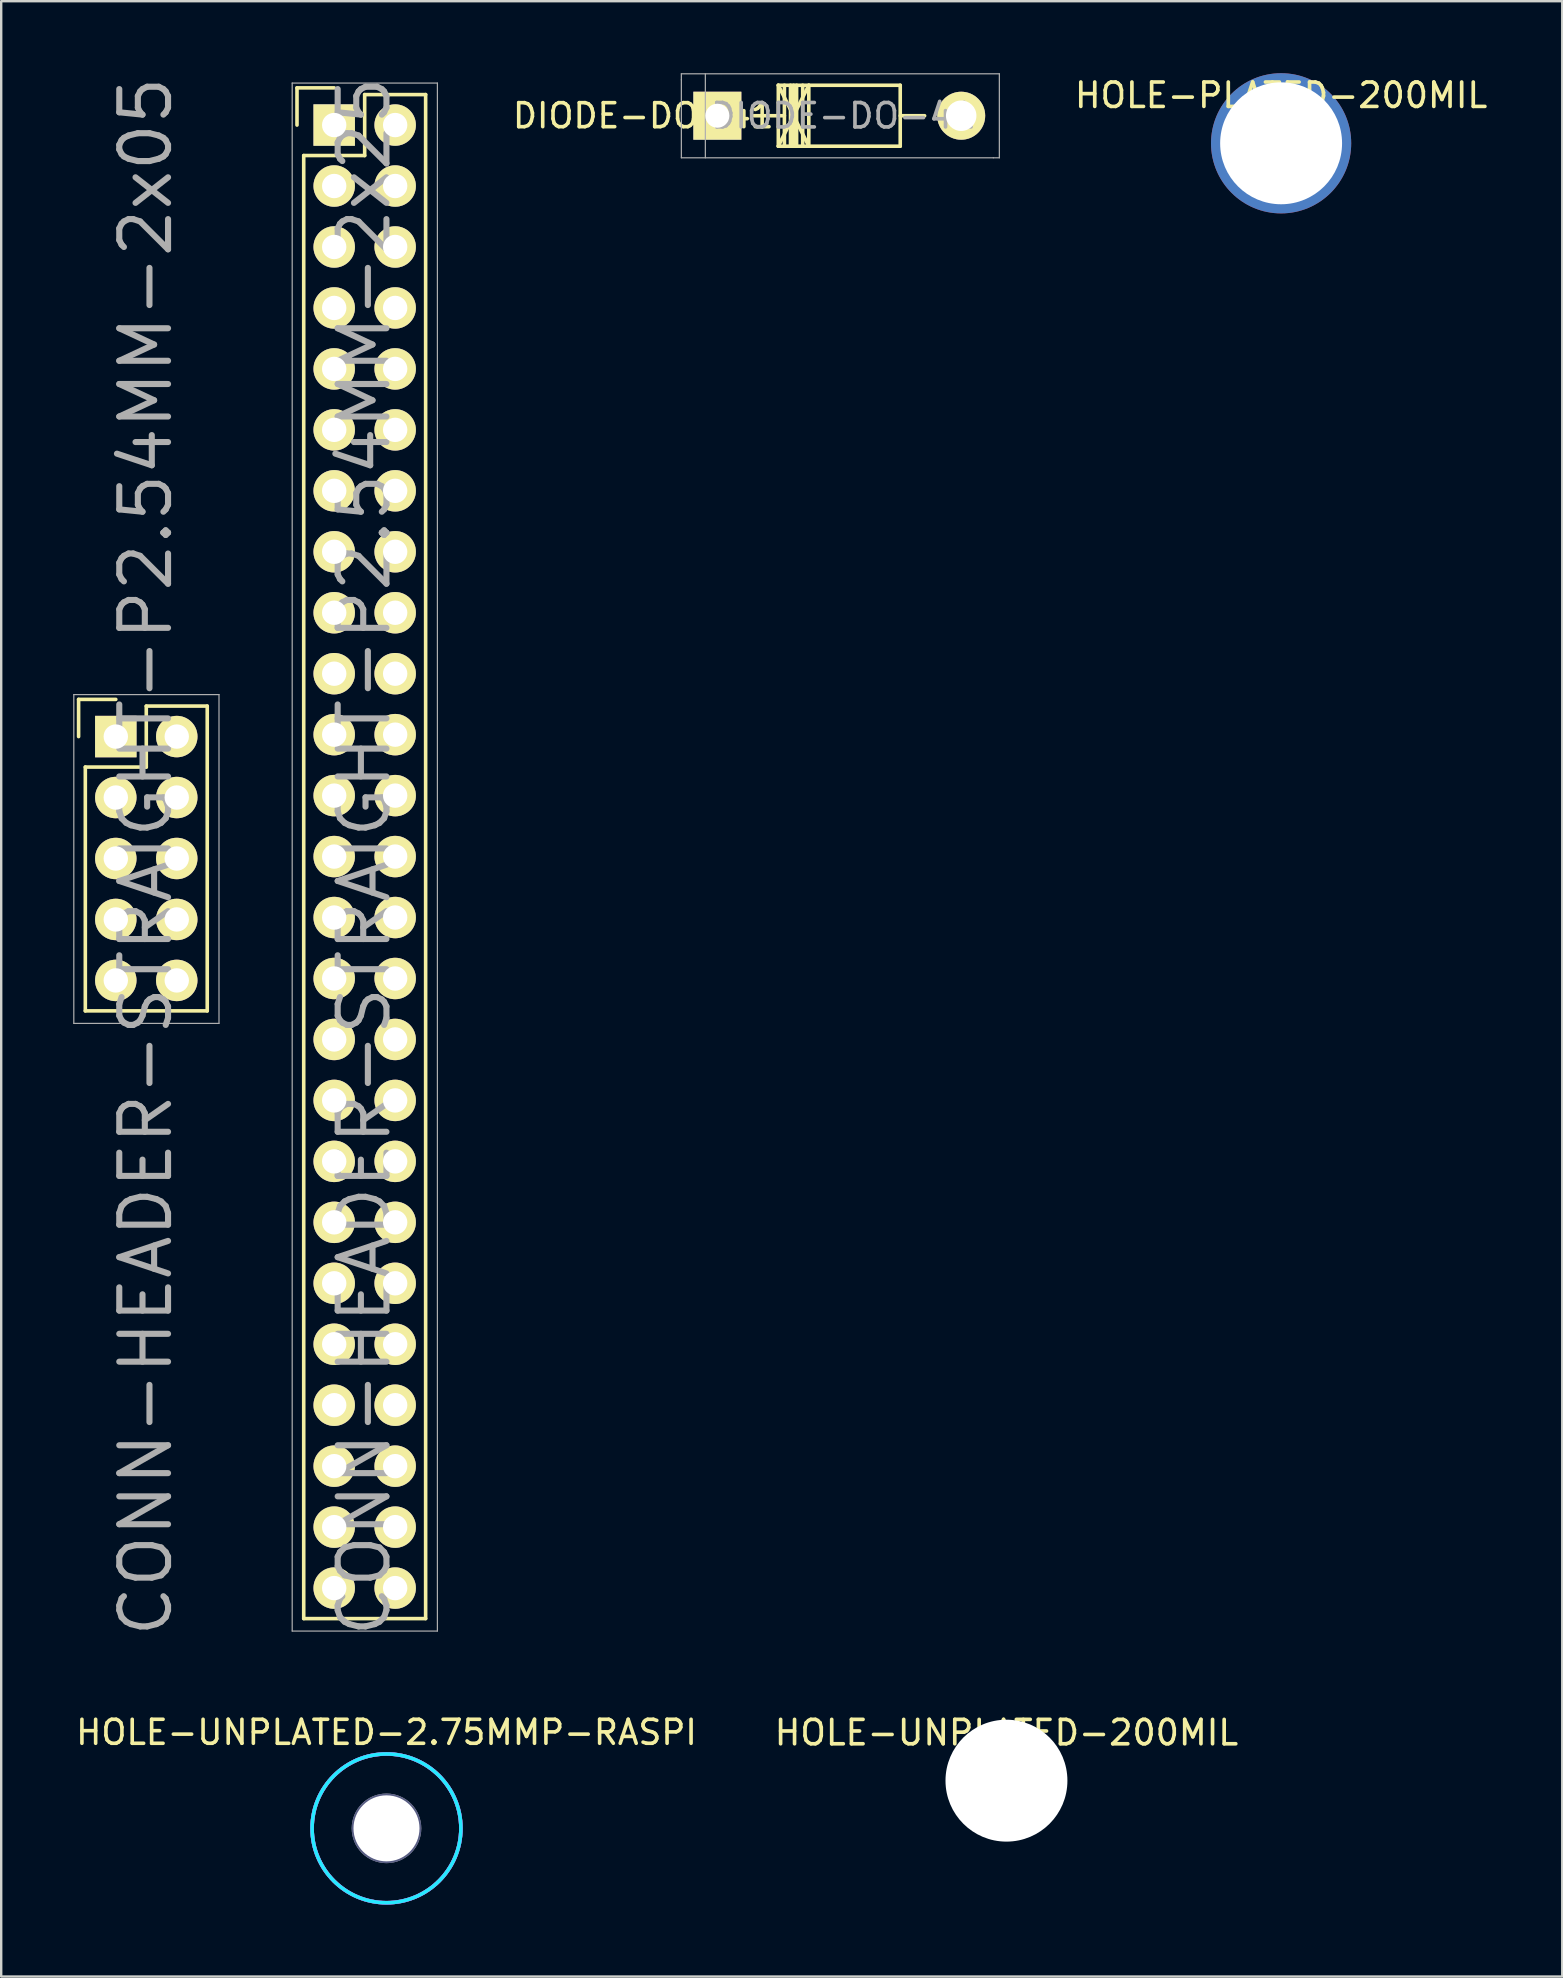
<source format=kicad_pcb>
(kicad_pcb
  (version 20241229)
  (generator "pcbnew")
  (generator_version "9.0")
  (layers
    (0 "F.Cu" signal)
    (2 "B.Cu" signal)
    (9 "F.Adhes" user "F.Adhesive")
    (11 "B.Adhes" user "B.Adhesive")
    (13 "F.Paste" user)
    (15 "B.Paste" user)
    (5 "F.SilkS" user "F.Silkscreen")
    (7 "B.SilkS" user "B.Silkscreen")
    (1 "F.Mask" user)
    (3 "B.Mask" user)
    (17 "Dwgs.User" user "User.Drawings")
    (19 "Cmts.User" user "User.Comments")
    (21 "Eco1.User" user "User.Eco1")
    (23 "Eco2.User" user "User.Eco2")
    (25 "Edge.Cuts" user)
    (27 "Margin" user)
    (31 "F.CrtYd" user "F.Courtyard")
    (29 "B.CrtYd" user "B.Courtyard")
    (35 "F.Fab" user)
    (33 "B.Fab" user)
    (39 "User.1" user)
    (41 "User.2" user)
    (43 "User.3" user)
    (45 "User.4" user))
  (footprint "CONN-HEADER-STRAIGHT-P2.54MM-2x25"
    (layer "F.Cu")
    (at 10.875 2.161)
    (property "Reference" "CONN-HEADER-STRAIGHT-P2.54MM-2x25" (at 1.25 30.48 90) (layer "F.Fab") (effects (font (size 2.032 2.032) (thickness 0.254))))
    (attr through_hole)
    (fp_line (start -1.55 -1.55) (end -1.55 0) (stroke (width 0.15) (type solid)) (layer "F.SilkS"))
    (fp_line (start -1.27 1.27) (end -1.27 62.23) (stroke (width 0.15) (type solid)) (layer "F.SilkS"))
    (fp_line (start 0 -1.55) (end -1.55 -1.55) (stroke (width 0.15) (type solid)) (layer "F.SilkS"))
    (fp_line (start 1.27 -1.27) (end 1.27 1.27) (stroke (width 0.15) (type solid)) (layer "F.SilkS"))
    (fp_line (start 1.27 1.27) (end -1.27 1.27) (stroke (width 0.15) (type solid)) (layer "F.SilkS"))
    (fp_line (start 3.81 -1.27) (end 1.27 -1.27) (stroke (width 0.15) (type solid)) (layer "F.SilkS"))
    (fp_line (start 3.81 62.23) (end -1.27 62.23) (stroke (width 0.15) (type solid)) (layer "F.SilkS"))
    (fp_line (start 3.81 62.23) (end 3.81 -1.27) (stroke (width 0.15) (type solid)) (layer "F.SilkS"))
    (fp_line (start -1.75 -1.75) (end -1.75 62.75) (stroke (width 0.05) (type solid)) (layer "F.Fab"))
    (fp_line (start -1.75 -1.75) (end 4.3 -1.75) (stroke (width 0.05) (type solid)) (layer "F.Fab"))
    (fp_line (start -1.75 62.75) (end 4.3 62.75) (stroke (width 0.05) (type solid)) (layer "F.Fab"))
    (fp_line (start 4.3 -1.75) (end 4.3 62.75) (stroke (width 0.05) (type solid)) (layer "F.Fab"))
    (pad "1" thru_hole rect (at 0 0) (size 1.727 1.727) (drill 1.016) (layers "*.Cu" "*.Mask" "F.SilkS"))
    (pad "2" thru_hole oval (at 2.54 0) (size 1.727 1.727) (drill 1.016) (layers "*.Cu" "*.Mask" "F.SilkS"))
    (pad "3" thru_hole oval (at 0 2.54) (size 1.727 1.727) (drill 1.016) (layers "*.Cu" "*.Mask" "F.SilkS"))
    (pad "4" thru_hole oval (at 2.54 2.54) (size 1.727 1.727) (drill 1.016) (layers "*.Cu" "*.Mask" "F.SilkS"))
    (pad "5" thru_hole oval (at 0 5.08) (size 1.727 1.727) (drill 1.016) (layers "*.Cu" "*.Mask" "F.SilkS"))
    (pad "6" thru_hole oval (at 2.54 5.08) (size 1.727 1.727) (drill 1.016) (layers "*.Cu" "*.Mask" "F.SilkS"))
    (pad "7" thru_hole oval (at 0 7.62) (size 1.727 1.727) (drill 1.016) (layers "*.Cu" "*.Mask" "F.SilkS"))
    (pad "8" thru_hole oval (at 2.54 7.62) (size 1.727 1.727) (drill 1.016) (layers "*.Cu" "*.Mask" "F.SilkS"))
    (pad "9" thru_hole oval (at 0 10.16) (size 1.727 1.727) (drill 1.016) (layers "*.Cu" "*.Mask" "F.SilkS"))
    (pad "10" thru_hole oval (at 2.54 10.16) (size 1.727 1.727) (drill 1.016) (layers "*.Cu" "*.Mask" "F.SilkS"))
    (pad "11" thru_hole oval (at 0 12.7) (size 1.727 1.727) (drill 1.016) (layers "*.Cu" "*.Mask" "F.SilkS"))
    (pad "12" thru_hole oval (at 2.54 12.7) (size 1.727 1.727) (drill 1.016) (layers "*.Cu" "*.Mask" "F.SilkS"))
    (pad "13" thru_hole oval (at 0 15.24) (size 1.727 1.727) (drill 1.016) (layers "*.Cu" "*.Mask" "F.SilkS"))
    (pad "14" thru_hole oval (at 2.54 15.24) (size 1.727 1.727) (drill 1.016) (layers "*.Cu" "*.Mask" "F.SilkS"))
    (pad "15" thru_hole oval (at 0 17.78) (size 1.727 1.727) (drill 1.016) (layers "*.Cu" "*.Mask" "F.SilkS"))
    (pad "16" thru_hole oval (at 2.54 17.78) (size 1.727 1.727) (drill 1.016) (layers "*.Cu" "*.Mask" "F.SilkS"))
    (pad "17" thru_hole oval (at 0 20.32) (size 1.727 1.727) (drill 1.016) (layers "*.Cu" "*.Mask" "F.SilkS"))
    (pad "18" thru_hole oval (at 2.54 20.32) (size 1.727 1.727) (drill 1.016) (layers "*.Cu" "*.Mask" "F.SilkS"))
    (pad "19" thru_hole oval (at 0 22.86) (size 1.727 1.727) (drill 1.016) (layers "*.Cu" "*.Mask" "F.SilkS"))
    (pad "20" thru_hole oval (at 2.54 22.86) (size 1.727 1.727) (drill 1.016) (layers "*.Cu" "*.Mask" "F.SilkS"))
    (pad "21" thru_hole oval (at 0 25.4) (size 1.727 1.727) (drill 1.016) (layers "*.Cu" "*.Mask" "F.SilkS"))
    (pad "22" thru_hole oval (at 2.54 25.4) (size 1.727 1.727) (drill 1.016) (layers "*.Cu" "*.Mask" "F.SilkS"))
    (pad "23" thru_hole oval (at 0 27.94) (size 1.727 1.727) (drill 1.016) (layers "*.Cu" "*.Mask" "F.SilkS"))
    (pad "24" thru_hole oval (at 2.54 27.94) (size 1.727 1.727) (drill 1.016) (layers "*.Cu" "*.Mask" "F.SilkS"))
    (pad "25" thru_hole oval (at 0 30.48) (size 1.727 1.727) (drill 1.016) (layers "*.Cu" "*.Mask" "F.SilkS"))
    (pad "26" thru_hole oval (at 2.54 30.48) (size 1.727 1.727) (drill 1.016) (layers "*.Cu" "*.Mask" "F.SilkS"))
    (pad "27" thru_hole oval (at 0 33.02) (size 1.727 1.727) (drill 1.016) (layers "*.Cu" "*.Mask" "F.SilkS"))
    (pad "28" thru_hole oval (at 2.54 33.02) (size 1.727 1.727) (drill 1.016) (layers "*.Cu" "*.Mask" "F.SilkS"))
    (pad "29" thru_hole oval (at 0 35.56) (size 1.727 1.727) (drill 1.016) (layers "*.Cu" "*.Mask" "F.SilkS"))
    (pad "30" thru_hole oval (at 2.54 35.56) (size 1.727 1.727) (drill 1.016) (layers "*.Cu" "*.Mask" "F.SilkS"))
    (pad "31" thru_hole oval (at 0 38.1) (size 1.727 1.727) (drill 1.016) (layers "*.Cu" "*.Mask" "F.SilkS"))
    (pad "32" thru_hole oval (at 2.54 38.1) (size 1.727 1.727) (drill 1.016) (layers "*.Cu" "*.Mask" "F.SilkS"))
    (pad "33" thru_hole oval (at 0 40.64) (size 1.727 1.727) (drill 1.016) (layers "*.Cu" "*.Mask" "F.SilkS"))
    (pad "34" thru_hole oval (at 2.54 40.64) (size 1.727 1.727) (drill 1.016) (layers "*.Cu" "*.Mask" "F.SilkS"))
    (pad "35" thru_hole oval (at 0 43.18) (size 1.727 1.727) (drill 1.016) (layers "*.Cu" "*.Mask" "F.SilkS"))
    (pad "36" thru_hole oval (at 2.54 43.18) (size 1.727 1.727) (drill 1.016) (layers "*.Cu" "*.Mask" "F.SilkS"))
    (pad "37" thru_hole oval (at 0 45.72) (size 1.727 1.727) (drill 1.016) (layers "*.Cu" "*.Mask" "F.SilkS"))
    (pad "38" thru_hole oval (at 2.54 45.72) (size 1.727 1.727) (drill 1.016) (layers "*.Cu" "*.Mask" "F.SilkS"))
    (pad "39" thru_hole oval (at 0 48.26) (size 1.727 1.727) (drill 1.016) (layers "*.Cu" "*.Mask" "F.SilkS"))
    (pad "40" thru_hole oval (at 2.54 48.26) (size 1.727 1.727) (drill 1.016) (layers "*.Cu" "*.Mask" "F.SilkS"))
    (pad "41" thru_hole oval (at 0 50.8) (size 1.727 1.727) (drill 1.016) (layers "*.Cu" "*.Mask" "F.SilkS"))
    (pad "42" thru_hole oval (at 2.54 50.8) (size 1.727 1.727) (drill 1.016) (layers "*.Cu" "*.Mask" "F.SilkS"))
    (pad "43" thru_hole oval (at 0 53.34) (size 1.727 1.727) (drill 1.016) (layers "*.Cu" "*.Mask" "F.SilkS"))
    (pad "44" thru_hole oval (at 2.54 53.34) (size 1.727 1.727) (drill 1.016) (layers "*.Cu" "*.Mask" "F.SilkS"))
    (pad "45" thru_hole oval (at 0 55.88) (size 1.727 1.727) (drill 1.016) (layers "*.Cu" "*.Mask" "F.SilkS"))
    (pad "46" thru_hole oval (at 2.54 55.88) (size 1.727 1.727) (drill 1.016) (layers "*.Cu" "*.Mask" "F.SilkS"))
    (pad "47" thru_hole oval (at 0 58.42) (size 1.727 1.727) (drill 1.016) (layers "*.Cu" "*.Mask" "F.SilkS"))
    (pad "48" thru_hole oval (at 2.54 58.42) (size 1.727 1.727) (drill 1.016) (layers "*.Cu" "*.Mask" "F.SilkS"))
    (pad "49" thru_hole oval (at 0 60.96) (size 1.727 1.727) (drill 1.016) (layers "*.Cu" "*.Mask" "F.SilkS"))
    (pad "50" thru_hole oval (at 2.54 60.96) (size 1.727 1.727) (drill 1.016) (layers "*.Cu" "*.Mask" "F.SilkS")))
  (footprint "DIODE-DO-41"
    (layer "F.Cu")
    (at 26.84 1.775)
    (property "Reference" "DIODE-DO-41" (at 5.25 0 0) (layer "F.Fab") (effects (font (size 1.016 1.016) (thickness 0.152))))
    (attr through_hole)
    (fp_line (start 2.54 -1.273) (end 3.81 1.267) (stroke (width 0.15) (type solid)) (layer "F.SilkS"))
    (fp_line (start 2.54 -1.273) (end 7.62 -1.273) (stroke (width 0.15) (type solid)) (layer "F.SilkS"))
    (fp_line (start 2.54 1.267) (end 2.54 -1.273) (stroke (width 0.15) (type solid)) (layer "F.SilkS"))
    (fp_line (start 2.794 -1.273) (end 2.794 1.267) (stroke (width 0.15) (type solid)) (layer "F.SilkS"))
    (fp_line (start 2.794 -0.003) (end 1.524 -0.003) (stroke (width 0.15) (type solid)) (layer "F.SilkS"))
    (fp_line (start 3.048 -1.273) (end 3.048 1.267) (stroke (width 0.15) (type solid)) (layer "F.SilkS"))
    (fp_line (start 3.175 -1.273) (end 3.175 1.267) (stroke (width 0.15) (type solid)) (layer "F.SilkS"))
    (fp_line (start 3.302 -1.273) (end 3.302 1.267) (stroke (width 0.15) (type solid)) (layer "F.SilkS"))
    (fp_line (start 3.556 -1.273) (end 3.556 1.267) (stroke (width 0.15) (type solid)) (layer "F.SilkS"))
    (fp_line (start 3.81 -1.273) (end 2.54 1.267) (stroke (width 0.15) (type solid)) (layer "F.SilkS"))
    (fp_line (start 3.81 -1.273) (end 3.81 1.267) (stroke (width 0.15) (type solid)) (layer "F.SilkS"))
    (fp_line (start 7.62 -1.273) (end 7.62 1.267) (stroke (width 0.15) (type solid)) (layer "F.SilkS"))
    (fp_line (start 7.62 -0.003) (end 8.636 -0.003) (stroke (width 0.15) (type solid)) (layer "F.SilkS"))
    (fp_line (start 7.62 1.267) (end 2.54 1.267) (stroke (width 0.15) (type solid)) (layer "F.SilkS"))
    (fp_line (start -1.5 -1.75) (end -1.5 -1.5) (stroke (width 0.051) (type solid)) (layer "F.Fab"))
    (fp_line (start -1.5 -1.5) (end -1.5 1.75) (stroke (width 0.051) (type solid)) (layer "F.Fab"))
    (fp_line (start -1.5 1.75) (end 11.5 1.75) (stroke (width 0.051) (type solid)) (layer "F.Fab"))
    (fp_line (start -0.5 -1.75) (end -0.5 1.75) (stroke (width 0.051) (type solid)) (layer "F.Fab"))
    (fp_line (start 11.5 1.75) (end 11.75 1.75) (stroke (width 0.051) (type solid)) (layer "F.Fab"))
    (fp_line (start 11.75 -1.75) (end -1.5 -1.75) (stroke (width 0.051) (type solid)) (layer "F.Fab"))
    (fp_line (start 11.75 1.75) (end 11.75 -1.75) (stroke (width 0.051) (type solid)) (layer "F.Fab"))
    (fp_text user "${REFERENCE}" (at -3.086 -0.003 0) (layer "F.SilkS") (effects (font (size 1 1) (thickness 0.15))))
    (pad "1" thru_hole rect (at 0 -0.003 180) (size 1.999 1.999) (drill 1.001) (layers "*.Cu" "*.Mask" "F.SilkS"))
    (pad "2" thru_hole circle (at 10.16 -0.003 180) (size 1.999 1.999) (drill 1.27) (layers "*.Cu" "*.Mask" "F.SilkS")))
  (footprint "HOLE-UNPLATED-200MIL"
    (layer "F.Cu")
    (at 38.886 71.145)
    (property "Reference" "HOLE-UNPLATED-200MIL" (at 0 -2 0) (layer "F.SilkS") (effects (font (size 1.016 1.016) (thickness 0.152))))
    (attr through_hole)
    (pad "" np_thru_hole circle (at 0 0) (size 5.08 5.08) (drill 5.08) (layers "*.Cu")))
  (footprint "CONN-HEADER-STRAIGHT-P2.54MM-2x05"
    (layer "F.Cu")
    (at 1.775 27.641)
    (property "Reference" "CONN-HEADER-STRAIGHT-P2.54MM-2x05" (at 1.25 5 90) (layer "F.Fab") (effects (font (size 2.032 2.032) (thickness 0.254))))
    (attr smd)
    (fp_line (start -1.55 -1.55) (end -1.55 0) (stroke (width 0.15) (type solid)) (layer "F.SilkS"))
    (fp_line (start -1.27 11.43) (end -1.27 1.27) (stroke (width 0.15) (type solid)) (layer "F.SilkS"))
    (fp_line (start 0 -1.55) (end -1.55 -1.55) (stroke (width 0.15) (type solid)) (layer "F.SilkS"))
    (fp_line (start 1.27 -1.27) (end 1.27 1.27) (stroke (width 0.15) (type solid)) (layer "F.SilkS"))
    (fp_line (start 1.27 1.27) (end -1.27 1.27) (stroke (width 0.15) (type solid)) (layer "F.SilkS"))
    (fp_line (start 3.81 -1.27) (end 1.27 -1.27) (stroke (width 0.15) (type solid)) (layer "F.SilkS"))
    (fp_line (start 3.81 -1.27) (end 3.81 11.43) (stroke (width 0.15) (type solid)) (layer "F.SilkS"))
    (fp_line (start 3.81 11.43) (end -1.27 11.43) (stroke (width 0.15) (type solid)) (layer "F.SilkS"))
    (fp_line (start -1.75 -1.75) (end -1.75 11.95) (stroke (width 0.05) (type solid)) (layer "F.Fab"))
    (fp_line (start -1.75 -1.75) (end 4.3 -1.75) (stroke (width 0.05) (type solid)) (layer "F.Fab"))
    (fp_line (start -1.75 11.95) (end 4.3 11.95) (stroke (width 0.05) (type solid)) (layer "F.Fab"))
    (fp_line (start 4.3 -1.75) (end 4.3 11.95) (stroke (width 0.05) (type solid)) (layer "F.Fab"))
    (pad "1" thru_hole rect (at 0 0) (size 1.727 1.727) (drill 1.016) (layers "*.Cu" "*.Mask" "F.SilkS"))
    (pad "2" thru_hole oval (at 2.54 0) (size 1.727 1.727) (drill 1.016) (layers "*.Cu" "*.Mask" "F.SilkS"))
    (pad "3" thru_hole oval (at 0 2.54) (size 1.727 1.727) (drill 1.016) (layers "*.Cu" "*.Mask" "F.SilkS"))
    (pad "4" thru_hole oval (at 2.54 2.54) (size 1.727 1.727) (drill 1.016) (layers "*.Cu" "*.Mask" "F.SilkS"))
    (pad "5" thru_hole oval (at 0 5.08) (size 1.727 1.727) (drill 1.016) (layers "*.Cu" "*.Mask" "F.SilkS"))
    (pad "6" thru_hole oval (at 2.54 5.08) (size 1.727 1.727) (drill 1.016) (layers "*.Cu" "*.Mask" "F.SilkS"))
    (pad "7" thru_hole oval (at 0 7.62) (size 1.727 1.727) (drill 1.016) (layers "*.Cu" "*.Mask" "F.SilkS"))
    (pad "8" thru_hole oval (at 2.54 7.62) (size 1.727 1.727) (drill 1.016) (layers "*.Cu" "*.Mask" "F.SilkS"))
    (pad "9" thru_hole oval (at 0 10.16) (size 1.727 1.727) (drill 1.016) (layers "*.Cu" "*.Mask" "F.SilkS"))
    (pad "10" thru_hole oval (at 2.54 10.16) (size 1.727 1.727) (drill 1.016) (layers "*.Cu" "*.Mask" "F.SilkS")))
  (footprint "HOLE-UNPLATED-2.75MMP-RASPI"
    (layer "F.Cu")
    (at 13.054 73.132)
    (property "Reference" "HOLE-UNPLATED-2.75MMP-RASPI" (at 0 -4 0) (layer "F.SilkS") (effects (font (size 1 1) (thickness 0.15))))
    (attr through_hole)
    (fp_circle (center 0 0) (end 3.1 0) (stroke (width 0.15) (type solid)) (fill no) (layer "B.CrtYd"))
    (fp_circle (center 0 0) (end 3.1 0) (stroke (width 0.15) (type solid)) (fill no) (layer "F.CrtYd"))
    (fp_circle (center 0 0) (end 1.375 0) (stroke (width 0.15) (type solid)) (fill no) (layer "B.Fab"))
    (fp_circle (center 0 0) (end 3.1 0) (stroke (width 0.15) (type solid)) (fill no) (layer "B.Fab"))
    (fp_circle (center 0 0) (end 1.375 0) (stroke (width 0.15) (type solid)) (fill no) (layer "F.Fab"))
    (fp_circle (center 0 0) (end 3.1 0) (stroke (width 0.15) (type solid)) (fill no) (layer "F.Fab"))
    (pad "" np_thru_hole circle (at 0 0) (size 2.75 2.75) (drill 2.75) (layers "*.Cu" "*.Mask")))
  (footprint "HOLE-PLATED-200MIL"
    (layer "F.Cu")
    (at 50.33 2.921)
    (property "Reference" "HOLE-PLATED-200MIL" (at 0 -2 0) (layer "F.SilkS") (effects (font (size 1.016 1.016) (thickness 0.152))))
    (attr through_hole)
    (pad "" thru_hole circle (at 0 0) (size 5.842 5.842) (drill 5.08) (layers "*.Cu" "*.Mask")))
  (gr_rect
    (start -3 -3)
    (end 62.044 79.307)
    (stroke (width 0.1) (type default))
    (fill no)
    (layer "Edge.Cuts")))
</source>
